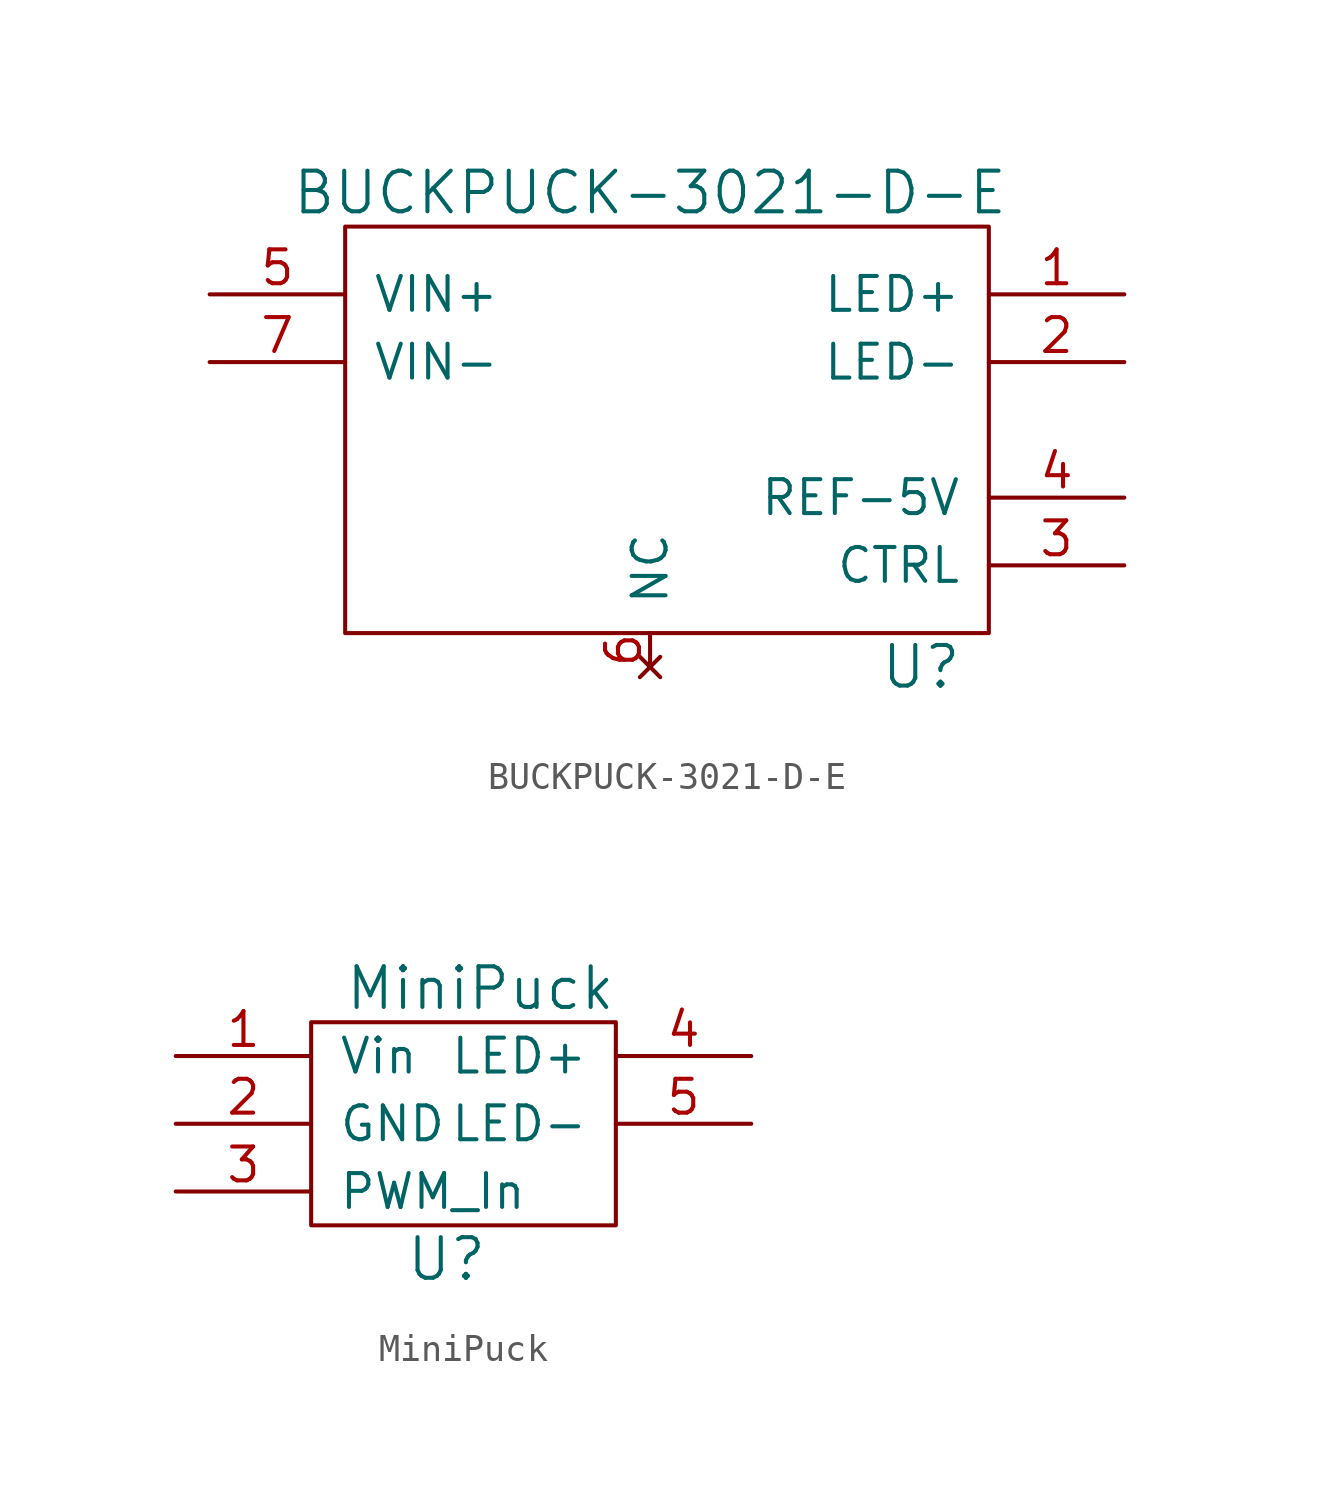
<source format=kicad_sym>
(kicad_symbol_lib
  (version 20241209)
  (generator "kicad_symbol_editor")
  (generator_version "9.0")
  (symbol "BUCKPUCK-3021-D-E"
    (pin_names
      (offset 1.016))
    (property "Reference" "U"
      (at 12.7 -8.89 0)
      (effects (font (size 1.524 1.524))))
    (property "Value" "BUCKPUCK-3021-D-E"
      (at 2.54 8.89 0)
      (effects (font (size 1.524 1.524))))
    (symbol "BUCKPUCK-3021-D-E_0_1"
      (rectangle (start -8.89 7.62) (end 15.24 -7.62) (stroke (width 0) (type solid)) (fill (type none))))
    (symbol "BUCKPUCK-3021-D-E_1_1"
      (pin power_in line (at -13.97 5.08 0) (length 5.08) (name "VIN+" (effects (font (size 1.27 1.27)))) (number "5" (effects (font (size 1.27 1.27)))))
      (pin power_in line (at -13.97 2.54 0) (length 5.08) (name "VIN-" (effects (font (size 1.27 1.27)))) (number "7" (effects (font (size 1.27 1.27)))))
      (pin no_connect line (at 2.54 -8.89 90) (length 1.27) (name "NC" (effects (font (size 1.27 1.27)))) (number "6" (effects (font (size 1.27 1.27)))))
      (pin power_out line (at 20.32 5.08 180) (length 5.08) (name "LED+" (effects (font (size 1.27 1.27)))) (number "1" (effects (font (size 1.27 1.27)))))
      (pin power_out line (at 20.32 2.54 180) (length 5.08) (name "LED-" (effects (font (size 1.27 1.27)))) (number "2" (effects (font (size 1.27 1.27)))))
      (pin power_out line (at 20.32 -2.54 180) (length 5.08) (name "REF-5V" (effects (font (size 1.27 1.27)))) (number "4" (effects (font (size 1.27 1.27)))))
      (pin input line (at 20.32 -5.08 180) (length 5.08) (name "CTRL" (effects (font (size 1.27 1.27)))) (number "3" (effects (font (size 1.27 1.27)))))))
  (symbol "MiniPuck"
    (pin_names
      (offset 1.016))
    (property "Reference" "U"
      (at 1.27 -5.08 0)
      (effects (font (size 1.524 1.524))))
    (property "Value" "MiniPuck"
      (at 2.54 5.08 0)
      (effects (font (size 1.524 1.524))))
    (symbol "MiniPuck_0_1"
      (rectangle (start -3.81 3.81) (end 7.62 -3.81) (stroke (width 0) (type solid)) (fill (type none))))
    (symbol "MiniPuck_1_1"
      (pin power_in line (at -8.89 2.54 0) (length 5.08) (name "Vin" (effects (font (size 1.27 1.27)))) (number "1" (effects (font (size 1.27 1.27)))))
      (pin power_in line (at -8.89 0 0) (length 5.08) (name "GND" (effects (font (size 1.27 1.27)))) (number "2" (effects (font (size 1.27 1.27)))))
      (pin input line (at -8.89 -2.54 0) (length 5.08) (name "PWM_In" (effects (font (size 1.27 1.27)))) (number "3" (effects (font (size 1.27 1.27)))))
      (pin power_out line (at 12.7 2.54 180) (length 5.08) (name "LED+" (effects (font (size 1.27 1.27)))) (number "4" (effects (font (size 1.27 1.27)))))
      (pin power_out line (at 12.7 0 180) (length 5.08) (name "LED-" (effects (font (size 1.27 1.27)))) (number "5" (effects (font (size 1.27 1.27))))))))
</source>
